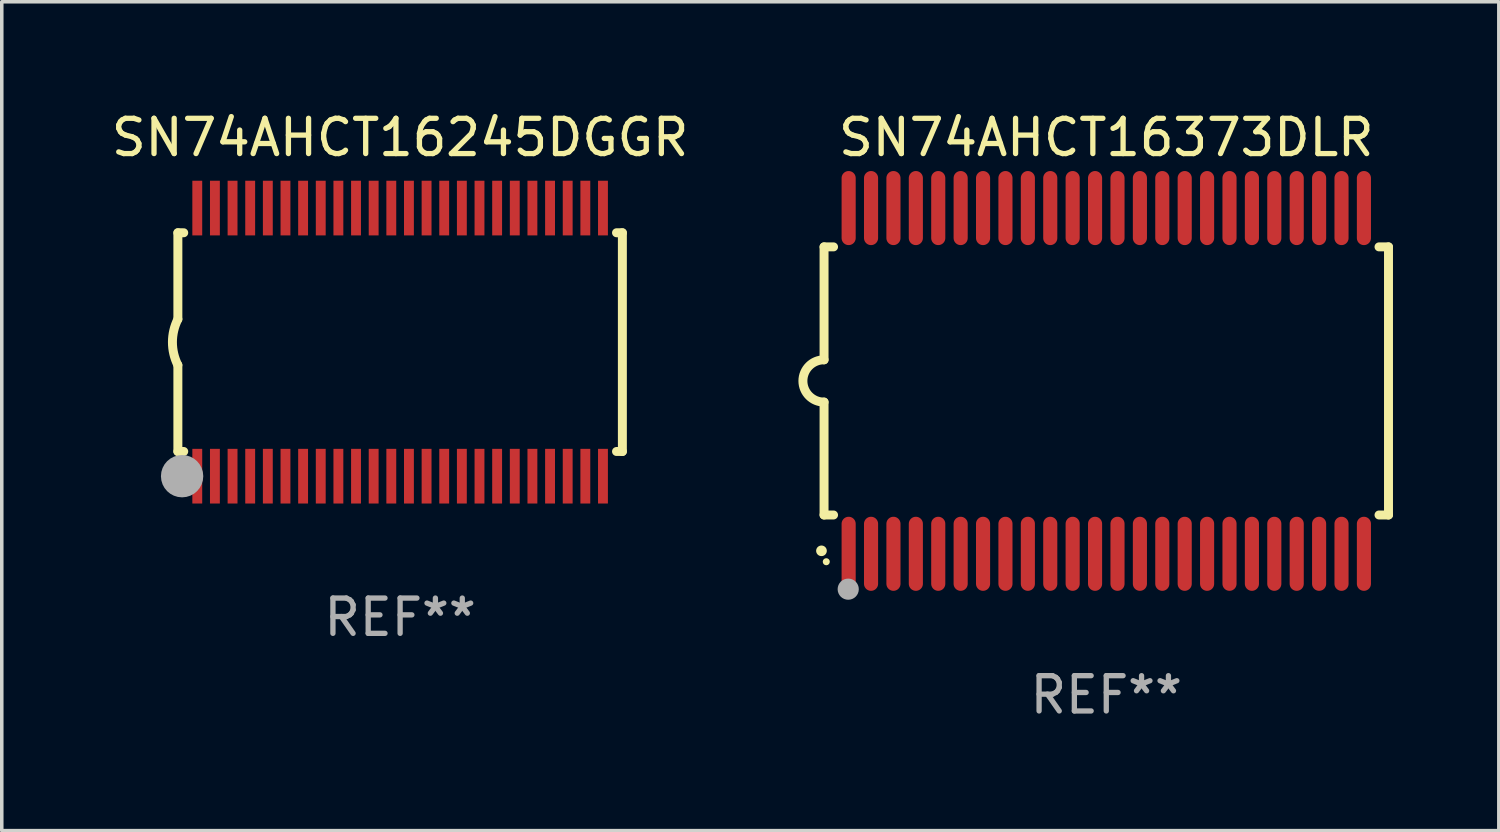
<source format=kicad_pcb>
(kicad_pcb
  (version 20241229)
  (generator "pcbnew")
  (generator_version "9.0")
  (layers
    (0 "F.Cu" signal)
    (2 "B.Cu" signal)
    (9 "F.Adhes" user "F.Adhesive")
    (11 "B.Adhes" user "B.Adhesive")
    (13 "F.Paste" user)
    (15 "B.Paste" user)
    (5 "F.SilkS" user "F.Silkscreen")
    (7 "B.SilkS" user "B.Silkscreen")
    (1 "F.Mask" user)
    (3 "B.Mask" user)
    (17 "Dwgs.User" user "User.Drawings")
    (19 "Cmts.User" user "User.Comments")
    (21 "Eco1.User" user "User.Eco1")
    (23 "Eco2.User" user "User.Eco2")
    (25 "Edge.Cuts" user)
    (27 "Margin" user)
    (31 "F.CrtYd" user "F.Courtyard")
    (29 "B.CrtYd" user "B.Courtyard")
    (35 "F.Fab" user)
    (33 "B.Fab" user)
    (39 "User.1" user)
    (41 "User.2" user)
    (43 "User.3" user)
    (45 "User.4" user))
  (footprint "SN74AHCT16245DGGR"
    (layer "F.Cu")
    (at 8.292 6.648)
    (property "Reference" "SN74AHCT16245DGGR" (at 0 -5.8 0) (layer "F.SilkS") (effects (font (size 1 1) (thickness 0.15))))
    (attr through_hole)
    (fp_line (start -6.3 -3.1) (end -6.3 -0.65) (stroke (width 0.254) (type solid)) (layer "F.SilkS"))
    (fp_line (start -6.3 -3.1) (end -6.134 -3.1) (stroke (width 0.254) (type solid)) (layer "F.SilkS"))
    (fp_line (start -6.3 3.1) (end -6.3 0.65) (stroke (width 0.254) (type solid)) (layer "F.SilkS"))
    (fp_line (start -6.3 3.1) (end -6.134 3.1) (stroke (width 0.254) (type solid)) (layer "F.SilkS"))
    (fp_line (start 6.134 -3.1) (end 6.3 -3.1) (stroke (width 0.254) (type solid)) (layer "F.SilkS"))
    (fp_line (start 6.134 3.1) (end 6.3 3.1) (stroke (width 0.254) (type solid)) (layer "F.SilkS"))
    (fp_line (start 6.3 -3.1) (end 6.3 3.1) (stroke (width 0.254) (type solid)) (layer "F.SilkS"))
    (fp_arc (start -6.301016 0.650114) (mid -6.45413 -0.000082) (end -6.3 -0.650038) (stroke (width 0.254001) (type solid)) (layer "F.SilkS"))
    (fp_circle (center -6.35 3.81) (end -6.223 3.81) (stroke (width 0.254) (type solid)) (fill no) (layer "F.SilkS"))
    (fp_circle (center -6.25 4.05) (end -6.22 4.05) (stroke (width 0.06) (type solid)) (fill no) (layer "F.SilkS"))
    (fp_circle (center -6.18 3.8) (end -5.88 3.8) (stroke (width 0.6) (type solid)) (fill no) (layer "F.Fab"))
    (fp_text user "REF**" (at 0 7.8 0) (layer "F.Fab") (effects (font (size 1 1) (thickness 0.15))))
    (pad "1" smd rect (at -5.75 3.8) (size 0.28 1.55) (layers "F.Cu" "F.Mask" "F.Paste"))
    (pad "2" smd rect (at -5.25 3.8) (size 0.28 1.55) (layers "F.Cu" "F.Mask" "F.Paste"))
    (pad "3" smd rect (at -4.75 3.8) (size 0.28 1.55) (layers "F.Cu" "F.Mask" "F.Paste"))
    (pad "4" smd rect (at -4.25 3.8) (size 0.28 1.55) (layers "F.Cu" "F.Mask" "F.Paste"))
    (pad "5" smd rect (at -3.75 3.8) (size 0.28 1.55) (layers "F.Cu" "F.Mask" "F.Paste"))
    (pad "6" smd rect (at -3.25 3.8) (size 0.28 1.55) (layers "F.Cu" "F.Mask" "F.Paste"))
    (pad "7" smd rect (at -2.75 3.8) (size 0.28 1.55) (layers "F.Cu" "F.Mask" "F.Paste"))
    (pad "8" smd rect (at -2.25 3.8) (size 0.28 1.55) (layers "F.Cu" "F.Mask" "F.Paste"))
    (pad "9" smd rect (at -1.75 3.8) (size 0.28 1.55) (layers "F.Cu" "F.Mask" "F.Paste"))
    (pad "10" smd rect (at -1.25 3.8) (size 0.28 1.55) (layers "F.Cu" "F.Mask" "F.Paste"))
    (pad "11" smd rect (at -0.75 3.8) (size 0.28 1.55) (layers "F.Cu" "F.Mask" "F.Paste"))
    (pad "12" smd rect (at -0.25 3.8) (size 0.28 1.55) (layers "F.Cu" "F.Mask" "F.Paste"))
    (pad "13" smd rect (at 0.25 3.8) (size 0.28 1.55) (layers "F.Cu" "F.Mask" "F.Paste"))
    (pad "14" smd rect (at 0.75 3.8) (size 0.28 1.55) (layers "F.Cu" "F.Mask" "F.Paste"))
    (pad "15" smd rect (at 1.25 3.8) (size 0.28 1.55) (layers "F.Cu" "F.Mask" "F.Paste"))
    (pad "16" smd rect (at 1.75 3.8) (size 0.28 1.55) (layers "F.Cu" "F.Mask" "F.Paste"))
    (pad "17" smd rect (at 2.25 3.8) (size 0.28 1.55) (layers "F.Cu" "F.Mask" "F.Paste"))
    (pad "18" smd rect (at 2.75 3.8) (size 0.28 1.55) (layers "F.Cu" "F.Mask" "F.Paste"))
    (pad "19" smd rect (at 3.25 3.8) (size 0.28 1.55) (layers "F.Cu" "F.Mask" "F.Paste"))
    (pad "20" smd rect (at 3.75 3.8) (size 0.28 1.55) (layers "F.Cu" "F.Mask" "F.Paste"))
    (pad "21" smd rect (at 4.25 3.8) (size 0.28 1.55) (layers "F.Cu" "F.Mask" "F.Paste"))
    (pad "22" smd rect (at 4.75 3.8) (size 0.28 1.55) (layers "F.Cu" "F.Mask" "F.Paste"))
    (pad "23" smd rect (at 5.25 3.8) (size 0.28 1.55) (layers "F.Cu" "F.Mask" "F.Paste"))
    (pad "24" smd rect (at 5.75 3.8) (size 0.28 1.55) (layers "F.Cu" "F.Mask" "F.Paste"))
    (pad "25" smd rect (at 5.75 -3.8) (size 0.28 1.55) (layers "F.Cu" "F.Mask" "F.Paste"))
    (pad "26" smd rect (at 5.25 -3.8) (size 0.28 1.55) (layers "F.Cu" "F.Mask" "F.Paste"))
    (pad "27" smd rect (at 4.75 -3.8) (size 0.28 1.55) (layers "F.Cu" "F.Mask" "F.Paste"))
    (pad "28" smd rect (at 4.25 -3.8) (size 0.28 1.55) (layers "F.Cu" "F.Mask" "F.Paste"))
    (pad "29" smd rect (at 3.75 -3.8) (size 0.28 1.55) (layers "F.Cu" "F.Mask" "F.Paste"))
    (pad "30" smd rect (at 3.25 -3.8) (size 0.28 1.55) (layers "F.Cu" "F.Mask" "F.Paste"))
    (pad "31" smd rect (at 2.75 -3.8) (size 0.28 1.55) (layers "F.Cu" "F.Mask" "F.Paste"))
    (pad "32" smd rect (at 2.25 -3.8) (size 0.28 1.55) (layers "F.Cu" "F.Mask" "F.Paste"))
    (pad "33" smd rect (at 1.75 -3.8) (size 0.28 1.55) (layers "F.Cu" "F.Mask" "F.Paste"))
    (pad "34" smd rect (at 1.25 -3.8) (size 0.28 1.55) (layers "F.Cu" "F.Mask" "F.Paste"))
    (pad "35" smd rect (at 0.75 -3.8) (size 0.28 1.55) (layers "F.Cu" "F.Mask" "F.Paste"))
    (pad "36" smd rect (at 0.25 -3.8) (size 0.28 1.55) (layers "F.Cu" "F.Mask" "F.Paste"))
    (pad "37" smd rect (at -0.25 -3.8) (size 0.28 1.55) (layers "F.Cu" "F.Mask" "F.Paste"))
    (pad "38" smd rect (at -0.75 -3.8) (size 0.28 1.55) (layers "F.Cu" "F.Mask" "F.Paste"))
    (pad "39" smd rect (at -1.25 -3.8) (size 0.28 1.55) (layers "F.Cu" "F.Mask" "F.Paste"))
    (pad "40" smd rect (at -1.75 -3.8) (size 0.28 1.55) (layers "F.Cu" "F.Mask" "F.Paste"))
    (pad "41" smd rect (at -2.25 -3.8) (size 0.28 1.55) (layers "F.Cu" "F.Mask" "F.Paste"))
    (pad "42" smd rect (at -2.75 -3.8) (size 0.28 1.55) (layers "F.Cu" "F.Mask" "F.Paste"))
    (pad "43" smd rect (at -3.25 -3.8) (size 0.28 1.55) (layers "F.Cu" "F.Mask" "F.Paste"))
    (pad "44" smd rect (at -3.75 -3.8) (size 0.28 1.55) (layers "F.Cu" "F.Mask" "F.Paste"))
    (pad "45" smd rect (at -4.25 -3.8) (size 0.28 1.55) (layers "F.Cu" "F.Mask" "F.Paste"))
    (pad "46" smd rect (at -4.75 -3.8) (size 0.28 1.55) (layers "F.Cu" "F.Mask" "F.Paste"))
    (pad "47" smd rect (at -5.25 -3.8) (size 0.28 1.55) (layers "F.Cu" "F.Mask" "F.Paste"))
    (pad "48" smd rect (at -5.75 -3.8) (size 0.28 1.55) (layers "F.Cu" "F.Mask" "F.Paste")))
  (footprint "SN74AHCT16373DLR"
    (layer "F.Cu")
    (at 28.309 7.748)
    (property "Reference" "SN74AHCT16373DLR" (at 0 -6.9 0) (layer "F.SilkS") (effects (font (size 1 1) (thickness 0.15))))
    (attr through_hole)
    (fp_line (start -8 -3.8) (end -8 -0.599) (stroke (width 0.254) (type solid)) (layer "F.SilkS"))
    (fp_line (start -8 -3.8) (end -7.731 -3.8) (stroke (width 0.254) (type solid)) (layer "F.SilkS"))
    (fp_line (start -8 3.8) (end -8 0.599) (stroke (width 0.254) (type solid)) (layer "F.SilkS"))
    (fp_line (start -7.731 3.8) (end -8 3.8) (stroke (width 0.254) (type solid)) (layer "F.SilkS"))
    (fp_line (start 7.731 -3.8) (end 8 -3.8) (stroke (width 0.254) (type solid)) (layer "F.SilkS"))
    (fp_line (start 8 -3.8) (end 8 3.8) (stroke (width 0.254) (type solid)) (layer "F.SilkS"))
    (fp_line (start 8 3.8) (end 7.731 3.8) (stroke (width 0.254) (type solid)) (layer "F.SilkS"))
    (fp_arc (start -8.074676 4.81585) (mid -8.073406 4.815845) (end -8.072136 4.81585) (stroke (width 0.3) (type solid)) (layer "F.SilkS"))
    (fp_arc (start -8.000025 0.6) (mid -8.598908 0.00056) (end -8.000027 -0.598882) (stroke (width 0.254001) (type solid)) (layer "F.SilkS"))
    (fp_circle (center -7.937 5.125) (end -7.887 5.125) (stroke (width 0.1) (type solid)) (fill no) (layer "F.SilkS"))
    (fp_circle (center -7.315 5.903) (end -7.165 5.903) (stroke (width 0.3) (type solid)) (fill no) (layer "F.Fab"))
    (fp_text user "REF**" (at 0 8.9 0) (layer "F.Fab") (effects (font (size 1 1) (thickness 0.15))))
    (pad "1" smd oval (at -7.303 4.9) (size 0.4 2.1) (layers "F.Cu" "F.Mask" "F.Paste"))
    (pad "2" smd oval (at -6.668 4.9) (size 0.4 2.1) (layers "F.Cu" "F.Mask" "F.Paste"))
    (pad "3" smd oval (at -6.033 4.9) (size 0.4 2.1) (layers "F.Cu" "F.Mask" "F.Paste"))
    (pad "4" smd oval (at -5.398 4.9) (size 0.4 2.1) (layers "F.Cu" "F.Mask" "F.Paste"))
    (pad "5" smd oval (at -4.763 4.9) (size 0.4 2.1) (layers "F.Cu" "F.Mask" "F.Paste"))
    (pad "6" smd oval (at -4.128 4.9) (size 0.4 2.1) (layers "F.Cu" "F.Mask" "F.Paste"))
    (pad "7" smd oval (at -3.493 4.9) (size 0.4 2.1) (layers "F.Cu" "F.Mask" "F.Paste"))
    (pad "8" smd oval (at -2.858 4.9) (size 0.4 2.1) (layers "F.Cu" "F.Mask" "F.Paste"))
    (pad "9" smd oval (at -2.223 4.9) (size 0.4 2.1) (layers "F.Cu" "F.Mask" "F.Paste"))
    (pad "10" smd oval (at -1.588 4.9) (size 0.4 2.1) (layers "F.Cu" "F.Mask" "F.Paste"))
    (pad "11" smd oval (at -0.953 4.9) (size 0.4 2.1) (layers "F.Cu" "F.Mask" "F.Paste"))
    (pad "12" smd oval (at -0.318 4.9) (size 0.4 2.1) (layers "F.Cu" "F.Mask" "F.Paste"))
    (pad "13" smd oval (at 0.318 4.9) (size 0.4 2.1) (layers "F.Cu" "F.Mask" "F.Paste"))
    (pad "14" smd oval (at 0.953 4.9) (size 0.4 2.1) (layers "F.Cu" "F.Mask" "F.Paste"))
    (pad "15" smd oval (at 1.588 4.9) (size 0.4 2.1) (layers "F.Cu" "F.Mask" "F.Paste"))
    (pad "16" smd oval (at 2.223 4.9) (size 0.4 2.1) (layers "F.Cu" "F.Mask" "F.Paste"))
    (pad "17" smd oval (at 2.858 4.9) (size 0.4 2.1) (layers "F.Cu" "F.Mask" "F.Paste"))
    (pad "18" smd oval (at 3.493 4.9) (size 0.4 2.1) (layers "F.Cu" "F.Mask" "F.Paste"))
    (pad "19" smd oval (at 4.128 4.9) (size 0.4 2.1) (layers "F.Cu" "F.Mask" "F.Paste"))
    (pad "20" smd oval (at 4.763 4.9) (size 0.4 2.1) (layers "F.Cu" "F.Mask" "F.Paste"))
    (pad "21" smd oval (at 5.398 4.9) (size 0.4 2.1) (layers "F.Cu" "F.Mask" "F.Paste"))
    (pad "22" smd oval (at 6.033 4.9) (size 0.4 2.1) (layers "F.Cu" "F.Mask" "F.Paste"))
    (pad "23" smd oval (at 6.668 4.9) (size 0.4 2.1) (layers "F.Cu" "F.Mask" "F.Paste"))
    (pad "24" smd oval (at 7.303 4.9) (size 0.4 2.1) (layers "F.Cu" "F.Mask" "F.Paste"))
    (pad "25" smd oval (at 7.303 -4.9 180) (size 0.4 2.1) (layers "F.Cu" "F.Mask" "F.Paste"))
    (pad "26" smd oval (at 6.668 -4.9 180) (size 0.4 2.1) (layers "F.Cu" "F.Mask" "F.Paste"))
    (pad "27" smd oval (at 6.033 -4.9 180) (size 0.4 2.1) (layers "F.Cu" "F.Mask" "F.Paste"))
    (pad "28" smd oval (at 5.398 -4.9 180) (size 0.4 2.1) (layers "F.Cu" "F.Mask" "F.Paste"))
    (pad "29" smd oval (at 4.763 -4.9 180) (size 0.4 2.1) (layers "F.Cu" "F.Mask" "F.Paste"))
    (pad "30" smd oval (at 4.128 -4.9 180) (size 0.4 2.1) (layers "F.Cu" "F.Mask" "F.Paste"))
    (pad "31" smd oval (at 3.493 -4.9 180) (size 0.4 2.1) (layers "F.Cu" "F.Mask" "F.Paste"))
    (pad "32" smd oval (at 2.858 -4.9 180) (size 0.4 2.1) (layers "F.Cu" "F.Mask" "F.Paste"))
    (pad "33" smd oval (at 2.223 -4.9 180) (size 0.4 2.1) (layers "F.Cu" "F.Mask" "F.Paste"))
    (pad "34" smd oval (at 1.588 -4.9 180) (size 0.4 2.1) (layers "F.Cu" "F.Mask" "F.Paste"))
    (pad "35" smd oval (at 0.953 -4.9 180) (size 0.4 2.1) (layers "F.Cu" "F.Mask" "F.Paste"))
    (pad "36" smd oval (at 0.318 -4.9 180) (size 0.4 2.1) (layers "F.Cu" "F.Mask" "F.Paste"))
    (pad "37" smd oval (at -0.318 -4.9 180) (size 0.4 2.1) (layers "F.Cu" "F.Mask" "F.Paste"))
    (pad "38" smd oval (at -0.953 -4.9 180) (size 0.4 2.1) (layers "F.Cu" "F.Mask" "F.Paste"))
    (pad "39" smd oval (at -1.588 -4.9 180) (size 0.4 2.1) (layers "F.Cu" "F.Mask" "F.Paste"))
    (pad "40" smd oval (at -2.223 -4.9 180) (size 0.4 2.1) (layers "F.Cu" "F.Mask" "F.Paste"))
    (pad "41" smd oval (at -2.858 -4.9 180) (size 0.4 2.1) (layers "F.Cu" "F.Mask" "F.Paste"))
    (pad "42" smd oval (at -3.493 -4.9 180) (size 0.4 2.1) (layers "F.Cu" "F.Mask" "F.Paste"))
    (pad "43" smd oval (at -4.128 -4.9 180) (size 0.4 2.1) (layers "F.Cu" "F.Mask" "F.Paste"))
    (pad "44" smd oval (at -4.763 -4.9 180) (size 0.4 2.1) (layers "F.Cu" "F.Mask" "F.Paste"))
    (pad "45" smd oval (at -5.398 -4.9 180) (size 0.4 2.1) (layers "F.Cu" "F.Mask" "F.Paste"))
    (pad "46" smd oval (at -6.033 -4.9 180) (size 0.4 2.1) (layers "F.Cu" "F.Mask" "F.Paste"))
    (pad "47" smd oval (at -6.668 -4.9 180) (size 0.4 2.1) (layers "F.Cu" "F.Mask" "F.Paste"))
    (pad "48" smd oval (at -7.303 -4.9 180) (size 0.4 2.1) (layers "F.Cu" "F.Mask" "F.Paste")))
  (gr_rect
    (start -3 -3)
    (end 39.436 20.496)
    (stroke (width 0.1) (type default))
    (fill no)
    (layer "Edge.Cuts")))
</source>
